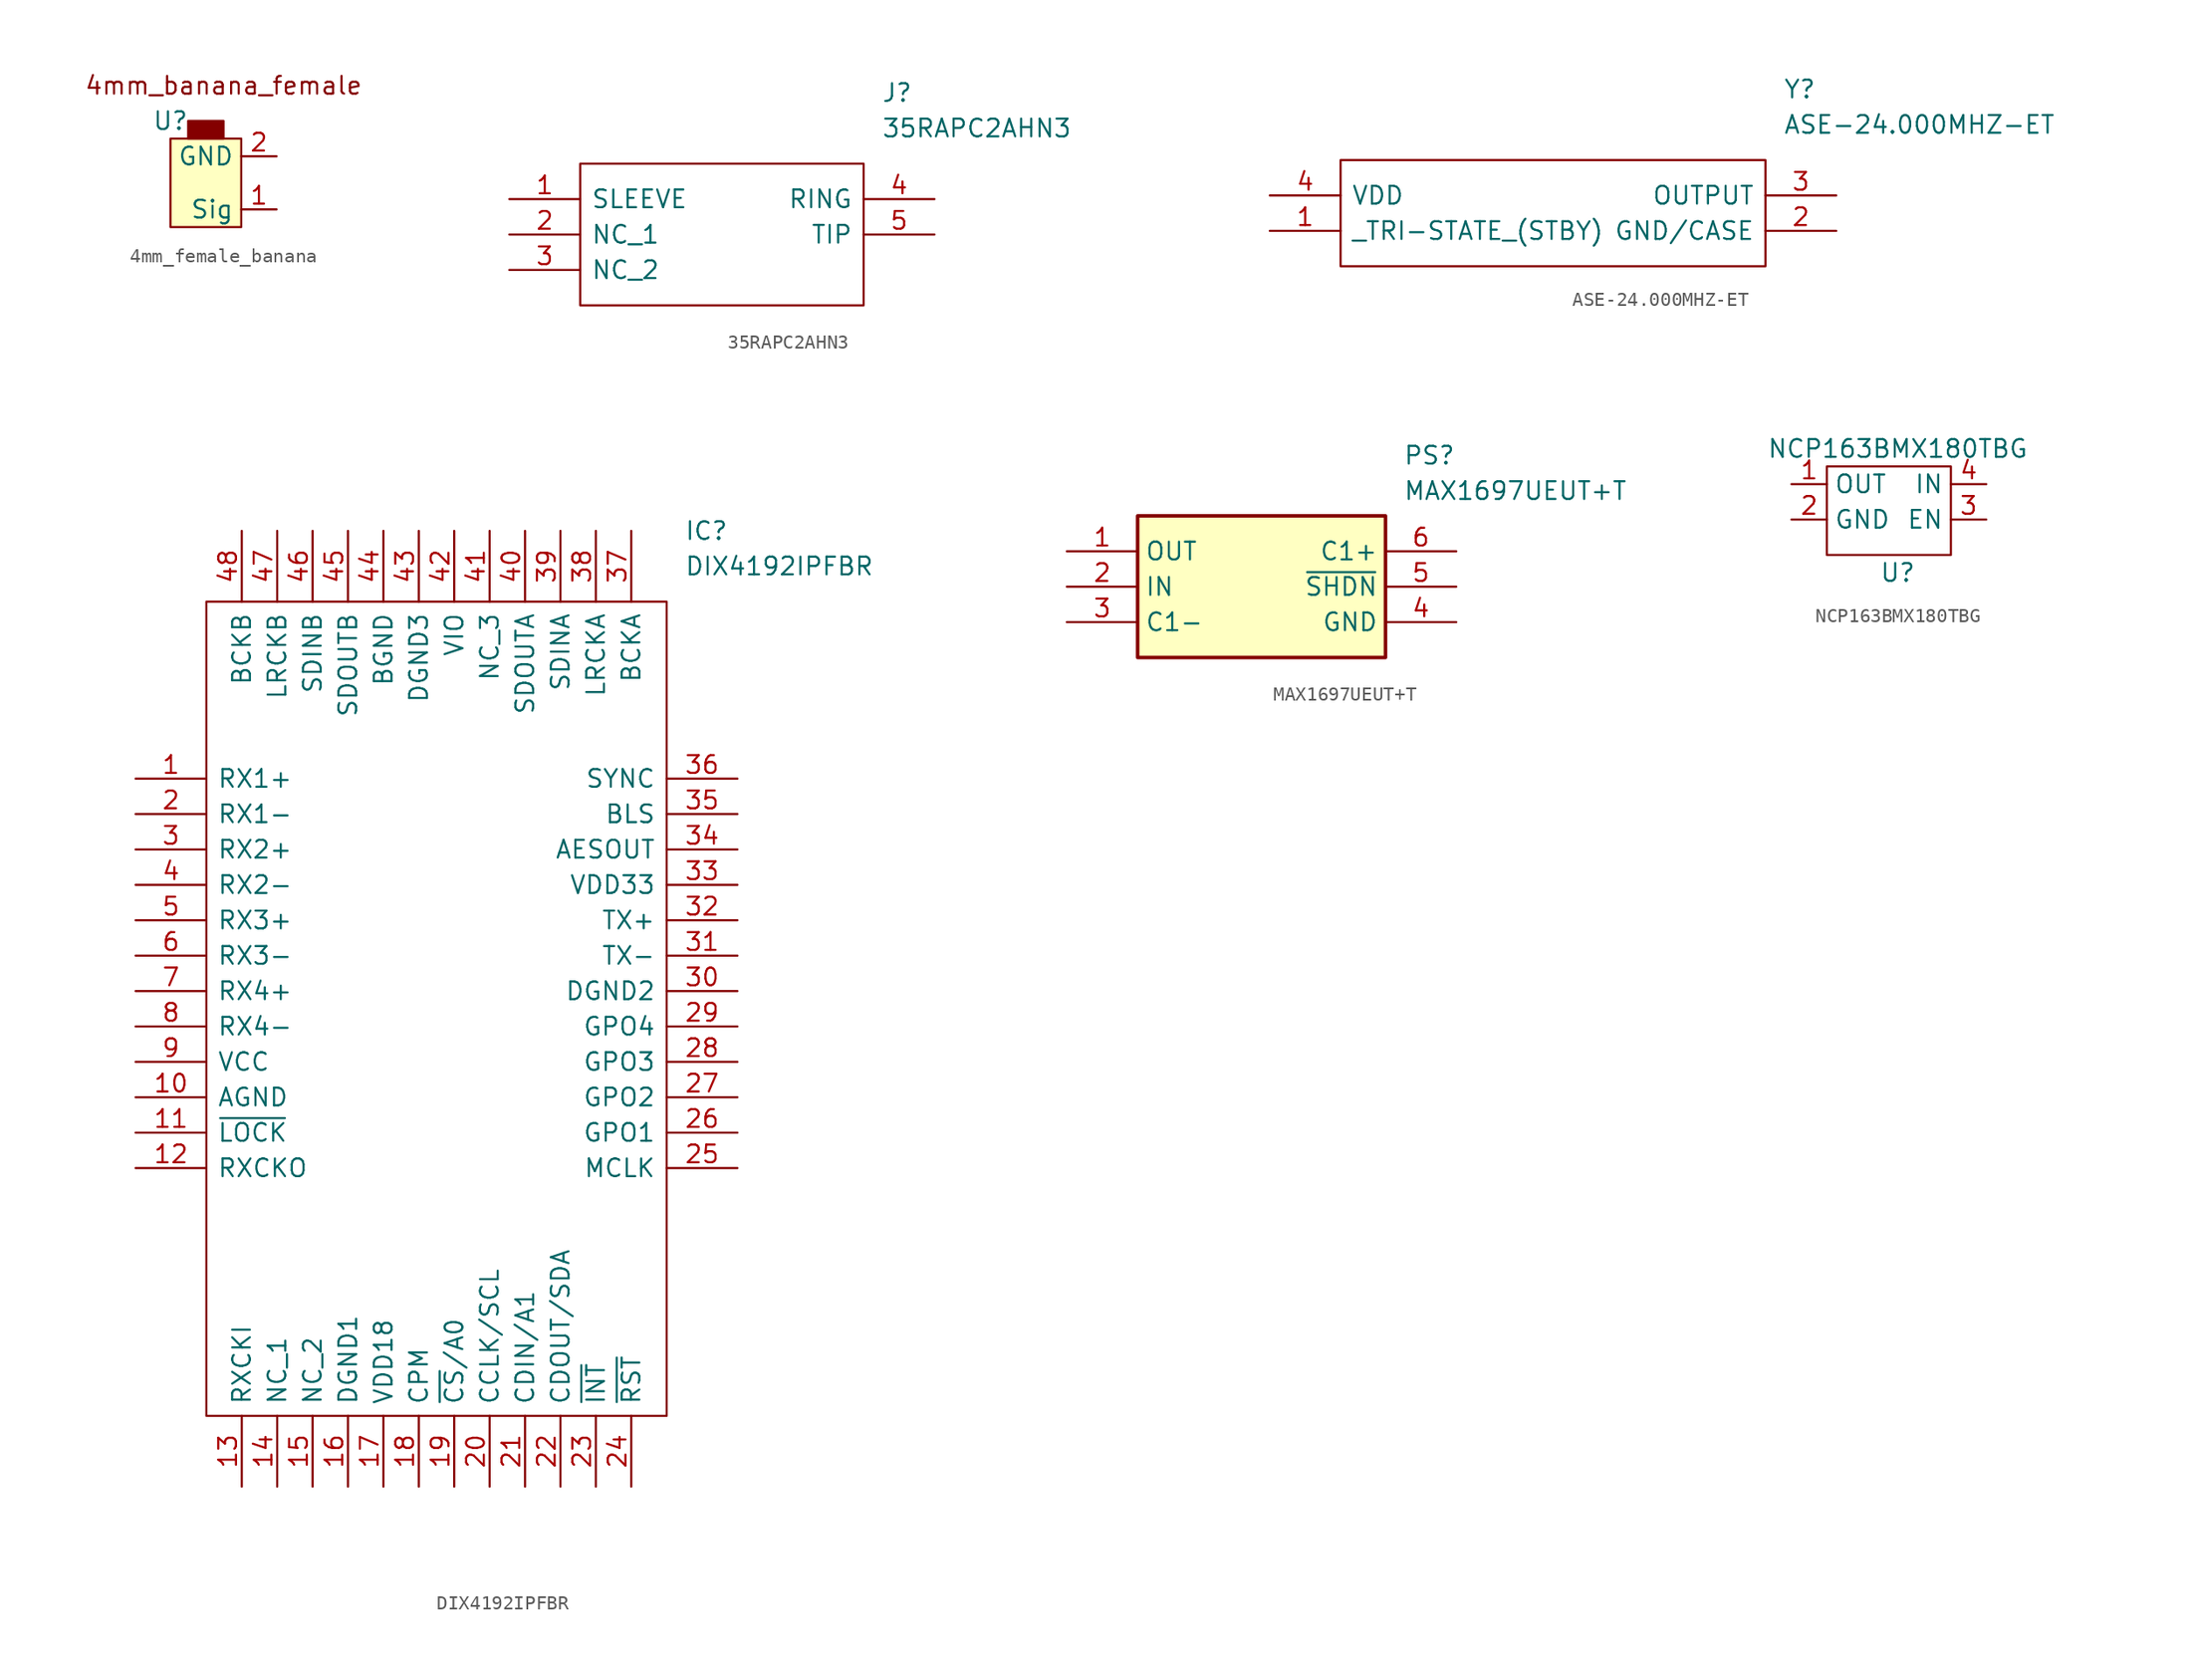
<source format=kicad_sym>
(kicad_symbol_lib
  (version 20220914)
  (generator kicad_symbol_editor)
  (symbol "4mm_female_banana"
    (property "Reference" "U"
      (at 0 0 0)
      (effects (font (size 1.27 1.27))))
    (property "Value" ""
      (at 0 0 0)
      (effects (font (size 1.27 1.27))))
    (symbol "4mm_female_banana_1_1"
      (rectangle (start 0 -1.27) (end 5.08 -7.62) (stroke (width 0) (type default)) (fill (type background)))
      (rectangle (start 1.27 0) (end 3.81 -1.27) (stroke (width 0) (type default)) (fill (type outline)))
      (text "4mm_banana_female" (at 3.81 2.54 0) (effects (font (size 1.27 1.27))))
      (pin passive line (at 7.62 -6.35 180) (length 2.54) (name "Sig" (effects (font (size 1.27 1.27)))) (number "1" (effects (font (size 1.27 1.27)))))
      (pin passive line (at 7.62 -2.54 180) (length 2.54) (name "GND" (effects (font (size 1.27 1.27)))) (number "2" (effects (font (size 1.27 1.27)))))))
  (symbol "35RAPC2AHN3"
    (pin_names
      (offset 0.762))
    (property "Reference" "J"
      (at 26.67 7.62 0)
      (effects (font (size 1.27 1.27)) (justify left)))
    (property "Value" "35RAPC2AHN3"
      (at 26.67 5.08 0)
      (effects (font (size 1.27 1.27)) (justify left)))
    (symbol "35RAPC2AHN3_0_0"
      (pin passive line (at 0 0 0) (length 5.08) (name "SLEEVE" (effects (font (size 1.27 1.27)))) (number "1" (effects (font (size 1.27 1.27)))))
      (pin passive line (at 0 -2.54 0) (length 5.08) (name "NC_1" (effects (font (size 1.27 1.27)))) (number "2" (effects (font (size 1.27 1.27)))))
      (pin passive line (at 0 -5.08 0) (length 5.08) (name "NC_2" (effects (font (size 1.27 1.27)))) (number "3" (effects (font (size 1.27 1.27)))))
      (pin passive line (at 30.48 0 180) (length 5.08) (name "RING" (effects (font (size 1.27 1.27)))) (number "4" (effects (font (size 1.27 1.27)))))
      (pin passive line (at 30.48 -2.54 180) (length 5.08) (name "TIP" (effects (font (size 1.27 1.27)))) (number "5" (effects (font (size 1.27 1.27))))))
    (symbol "35RAPC2AHN3_0_1"
      (polyline (pts (xy 5.08 2.54) (xy 25.4 2.54) (xy 25.4 -7.62) (xy 5.08 -7.62) (xy 5.08 2.54)) (stroke (width 0.152) (type default)) (fill (type none)))))
  (symbol "ASE-24.000MHZ-ET"
    (pin_names
      (offset 0.762))
    (property "Reference" "Y"
      (at 46.99 7.62 0)
      (effects (font (size 1.27 1.27)) (justify left)))
    (property "Value" "ASE-24.000MHZ-ET"
      (at 46.99 5.08 0)
      (effects (font (size 1.27 1.27)) (justify left)))
    (symbol "ASE-24.000MHZ-ET_0_0"
      (pin passive line (at 10.16 -2.54 0) (length 5.08) (name "_TRI-STATE_(STBY)" (effects (font (size 1.27 1.27)))) (number "1" (effects (font (size 1.27 1.27)))))
      (pin passive line (at 50.8 -2.54 180) (length 5.08) (name "GND/CASE" (effects (font (size 1.27 1.27)))) (number "2" (effects (font (size 1.27 1.27)))))
      (pin passive line (at 50.8 0 180) (length 5.08) (name "OUTPUT" (effects (font (size 1.27 1.27)))) (number "3" (effects (font (size 1.27 1.27)))))
      (pin passive line (at 10.16 0 0) (length 5.08) (name "VDD" (effects (font (size 1.27 1.27)))) (number "4" (effects (font (size 1.27 1.27))))))
    (symbol "ASE-24.000MHZ-ET_0_1"
      (polyline (pts (xy 15.24 2.54) (xy 45.72 2.54) (xy 45.72 -5.08) (xy 15.24 -5.08) (xy 15.24 2.54)) (stroke (width 0.152) (type default)) (fill (type none)))))
  (symbol "DIX4192IPFBR"
    (pin_names
      (offset 0.762))
    (property "Reference" "IC"
      (at 39.37 17.78 0)
      (effects (font (size 1.27 1.27)) (justify left)))
    (property "Value" "DIX4192IPFBR"
      (at 39.37 15.24 0)
      (effects (font (size 1.27 1.27)) (justify left)))
    (symbol "DIX4192IPFBR_0_0"
      (pin passive line (at 0 0 0) (length 5.08) (name "RX1+" (effects (font (size 1.27 1.27)))) (number "1" (effects (font (size 1.27 1.27)))))
      (pin passive line (at 0 -22.86 0) (length 5.08) (name "AGND" (effects (font (size 1.27 1.27)))) (number "10" (effects (font (size 1.27 1.27)))))
      (pin passive line (at 0 -25.4 0) (length 5.08) (name "~{LOCK}" (effects (font (size 1.27 1.27)))) (number "11" (effects (font (size 1.27 1.27)))))
      (pin passive line (at 0 -27.94 0) (length 5.08) (name "RXCKO" (effects (font (size 1.27 1.27)))) (number "12" (effects (font (size 1.27 1.27)))))
      (pin passive line (at 7.62 -50.8 90) (length 5.08) (name "RXCKI" (effects (font (size 1.27 1.27)))) (number "13" (effects (font (size 1.27 1.27)))))
      (pin passive line (at 10.16 -50.8 90) (length 5.08) (name "NC_1" (effects (font (size 1.27 1.27)))) (number "14" (effects (font (size 1.27 1.27)))))
      (pin passive line (at 12.7 -50.8 90) (length 5.08) (name "NC_2" (effects (font (size 1.27 1.27)))) (number "15" (effects (font (size 1.27 1.27)))))
      (pin passive line (at 15.24 -50.8 90) (length 5.08) (name "DGND1" (effects (font (size 1.27 1.27)))) (number "16" (effects (font (size 1.27 1.27)))))
      (pin passive line (at 17.78 -50.8 90) (length 5.08) (name "VDD18" (effects (font (size 1.27 1.27)))) (number "17" (effects (font (size 1.27 1.27)))))
      (pin passive line (at 20.32 -50.8 90) (length 5.08) (name "CPM" (effects (font (size 1.27 1.27)))) (number "18" (effects (font (size 1.27 1.27)))))
      (pin passive line (at 22.86 -50.8 90) (length 5.08) (name "~{CS}/A0" (effects (font (size 1.27 1.27)))) (number "19" (effects (font (size 1.27 1.27)))))
      (pin passive line (at 0 -2.54 0) (length 5.08) (name "RX1-" (effects (font (size 1.27 1.27)))) (number "2" (effects (font (size 1.27 1.27)))))
      (pin passive line (at 25.4 -50.8 90) (length 5.08) (name "CCLK/SCL" (effects (font (size 1.27 1.27)))) (number "20" (effects (font (size 1.27 1.27)))))
      (pin passive line (at 27.94 -50.8 90) (length 5.08) (name "CDIN/A1" (effects (font (size 1.27 1.27)))) (number "21" (effects (font (size 1.27 1.27)))))
      (pin passive line (at 30.48 -50.8 90) (length 5.08) (name "CDOUT/SDA" (effects (font (size 1.27 1.27)))) (number "22" (effects (font (size 1.27 1.27)))))
      (pin passive line (at 33.02 -50.8 90) (length 5.08) (name "~{INT}" (effects (font (size 1.27 1.27)))) (number "23" (effects (font (size 1.27 1.27)))))
      (pin passive line (at 35.56 -50.8 90) (length 5.08) (name "~{RST}" (effects (font (size 1.27 1.27)))) (number "24" (effects (font (size 1.27 1.27)))))
      (pin passive line (at 43.18 -27.94 180) (length 5.08) (name "MCLK" (effects (font (size 1.27 1.27)))) (number "25" (effects (font (size 1.27 1.27)))))
      (pin passive line (at 43.18 -25.4 180) (length 5.08) (name "GPO1" (effects (font (size 1.27 1.27)))) (number "26" (effects (font (size 1.27 1.27)))))
      (pin passive line (at 43.18 -22.86 180) (length 5.08) (name "GPO2" (effects (font (size 1.27 1.27)))) (number "27" (effects (font (size 1.27 1.27)))))
      (pin passive line (at 43.18 -20.32 180) (length 5.08) (name "GPO3" (effects (font (size 1.27 1.27)))) (number "28" (effects (font (size 1.27 1.27)))))
      (pin passive line (at 43.18 -17.78 180) (length 5.08) (name "GPO4" (effects (font (size 1.27 1.27)))) (number "29" (effects (font (size 1.27 1.27)))))
      (pin passive line (at 0 -5.08 0) (length 5.08) (name "RX2+" (effects (font (size 1.27 1.27)))) (number "3" (effects (font (size 1.27 1.27)))))
      (pin passive line (at 43.18 -15.24 180) (length 5.08) (name "DGND2" (effects (font (size 1.27 1.27)))) (number "30" (effects (font (size 1.27 1.27)))))
      (pin passive line (at 43.18 -12.7 180) (length 5.08) (name "TX-" (effects (font (size 1.27 1.27)))) (number "31" (effects (font (size 1.27 1.27)))))
      (pin passive line (at 43.18 -10.16 180) (length 5.08) (name "TX+" (effects (font (size 1.27 1.27)))) (number "32" (effects (font (size 1.27 1.27)))))
      (pin passive line (at 43.18 -7.62 180) (length 5.08) (name "VDD33" (effects (font (size 1.27 1.27)))) (number "33" (effects (font (size 1.27 1.27)))))
      (pin passive line (at 43.18 -5.08 180) (length 5.08) (name "AESOUT" (effects (font (size 1.27 1.27)))) (number "34" (effects (font (size 1.27 1.27)))))
      (pin passive line (at 43.18 -2.54 180) (length 5.08) (name "BLS" (effects (font (size 1.27 1.27)))) (number "35" (effects (font (size 1.27 1.27)))))
      (pin passive line (at 43.18 0 180) (length 5.08) (name "SYNC" (effects (font (size 1.27 1.27)))) (number "36" (effects (font (size 1.27 1.27)))))
      (pin passive line (at 35.56 17.78 270) (length 5.08) (name "BCKA" (effects (font (size 1.27 1.27)))) (number "37" (effects (font (size 1.27 1.27)))))
      (pin passive line (at 33.02 17.78 270) (length 5.08) (name "LRCKA" (effects (font (size 1.27 1.27)))) (number "38" (effects (font (size 1.27 1.27)))))
      (pin passive line (at 30.48 17.78 270) (length 5.08) (name "SDINA" (effects (font (size 1.27 1.27)))) (number "39" (effects (font (size 1.27 1.27)))))
      (pin passive line (at 0 -7.62 0) (length 5.08) (name "RX2-" (effects (font (size 1.27 1.27)))) (number "4" (effects (font (size 1.27 1.27)))))
      (pin passive line (at 27.94 17.78 270) (length 5.08) (name "SDOUTA" (effects (font (size 1.27 1.27)))) (number "40" (effects (font (size 1.27 1.27)))))
      (pin passive line (at 25.4 17.78 270) (length 5.08) (name "NC_3" (effects (font (size 1.27 1.27)))) (number "41" (effects (font (size 1.27 1.27)))))
      (pin passive line (at 22.86 17.78 270) (length 5.08) (name "VIO" (effects (font (size 1.27 1.27)))) (number "42" (effects (font (size 1.27 1.27)))))
      (pin passive line (at 20.32 17.78 270) (length 5.08) (name "DGND3" (effects (font (size 1.27 1.27)))) (number "43" (effects (font (size 1.27 1.27)))))
      (pin passive line (at 17.78 17.78 270) (length 5.08) (name "BGND" (effects (font (size 1.27 1.27)))) (number "44" (effects (font (size 1.27 1.27)))))
      (pin passive line (at 15.24 17.78 270) (length 5.08) (name "SDOUTB" (effects (font (size 1.27 1.27)))) (number "45" (effects (font (size 1.27 1.27)))))
      (pin passive line (at 12.7 17.78 270) (length 5.08) (name "SDINB" (effects (font (size 1.27 1.27)))) (number "46" (effects (font (size 1.27 1.27)))))
      (pin passive line (at 10.16 17.78 270) (length 5.08) (name "LRCKB" (effects (font (size 1.27 1.27)))) (number "47" (effects (font (size 1.27 1.27)))))
      (pin passive line (at 7.62 17.78 270) (length 5.08) (name "BCKB" (effects (font (size 1.27 1.27)))) (number "48" (effects (font (size 1.27 1.27)))))
      (pin passive line (at 0 -10.16 0) (length 5.08) (name "RX3+" (effects (font (size 1.27 1.27)))) (number "5" (effects (font (size 1.27 1.27)))))
      (pin passive line (at 0 -12.7 0) (length 5.08) (name "RX3-" (effects (font (size 1.27 1.27)))) (number "6" (effects (font (size 1.27 1.27)))))
      (pin passive line (at 0 -15.24 0) (length 5.08) (name "RX4+" (effects (font (size 1.27 1.27)))) (number "7" (effects (font (size 1.27 1.27)))))
      (pin passive line (at 0 -17.78 0) (length 5.08) (name "RX4-" (effects (font (size 1.27 1.27)))) (number "8" (effects (font (size 1.27 1.27)))))
      (pin passive line (at 0 -20.32 0) (length 5.08) (name "VCC" (effects (font (size 1.27 1.27)))) (number "9" (effects (font (size 1.27 1.27))))))
    (symbol "DIX4192IPFBR_0_1"
      (polyline (pts (xy 5.08 12.7) (xy 38.1 12.7) (xy 38.1 -45.72) (xy 5.08 -45.72) (xy 5.08 12.7)) (stroke (width 0.152) (type default)) (fill (type none)))))
  (symbol "MAX1697UEUT+T"
    (property "Reference" "PS"
      (at 24.13 7.62 0)
      (effects (font (size 1.27 1.27)) (justify left top)))
    (property "Value" "MAX1697UEUT+T"
      (at 24.13 5.08 0)
      (effects (font (size 1.27 1.27)) (justify left top)))
    (symbol "MAX1697UEUT+T_1_1"
      (rectangle (start 5.08 2.54) (end 22.86 -7.62) (stroke (width 0.254) (type default)) (fill (type background)))
      (pin passive line (at 0 0 0) (length 5.08) (name "OUT" (effects (font (size 1.27 1.27)))) (number "1" (effects (font (size 1.27 1.27)))))
      (pin passive line (at 0 -2.54 0) (length 5.08) (name "IN" (effects (font (size 1.27 1.27)))) (number "2" (effects (font (size 1.27 1.27)))))
      (pin passive line (at 0 -5.08 0) (length 5.08) (name "C1-" (effects (font (size 1.27 1.27)))) (number "3" (effects (font (size 1.27 1.27)))))
      (pin passive line (at 27.94 -5.08 180) (length 5.08) (name "GND" (effects (font (size 1.27 1.27)))) (number "4" (effects (font (size 1.27 1.27)))))
      (pin passive line (at 27.94 -2.54 180) (length 5.08) (name "~{SHDN}" (effects (font (size 1.27 1.27)))) (number "5" (effects (font (size 1.27 1.27)))))
      (pin passive line (at 27.94 0 180) (length 5.08) (name "C1+" (effects (font (size 1.27 1.27)))) (number "6" (effects (font (size 1.27 1.27)))))))
  (symbol "NCP163BMX180TBG"
    (property "Reference" "U"
      (at 0 -10.16 0)
      (effects (font (size 1.27 1.27))))
    (property "Value" "NCP163BMX180TBG"
      (at 0 -1.27 0)
      (effects (font (size 1.27 1.27))))
    (symbol "NCP163BMX180TBG_0_1"
      (rectangle (start -5.08 -2.54) (end 3.81 -8.89) (stroke (width 0) (type default)) (fill (type none))))
    (symbol "NCP163BMX180TBG_1_1"
      (pin passive line (at -7.62 -3.81 0) (length 2.54) (name "OUT" (effects (font (size 1.27 1.27)))) (number "1" (effects (font (size 1.27 1.27)))))
      (pin passive line (at -7.62 -6.35 0) (length 2.54) (name "GND" (effects (font (size 1.27 1.27)))) (number "2" (effects (font (size 1.27 1.27)))))
      (pin passive line (at 6.35 -6.35 180) (length 2.54) (name "EN" (effects (font (size 1.27 1.27)))) (number "3" (effects (font (size 1.27 1.27)))))
      (pin passive line (at 6.35 -3.81 180) (length 2.54) (name "IN" (effects (font (size 1.27 1.27)))) (number "4" (effects (font (size 1.27 1.27))))))))
</source>
